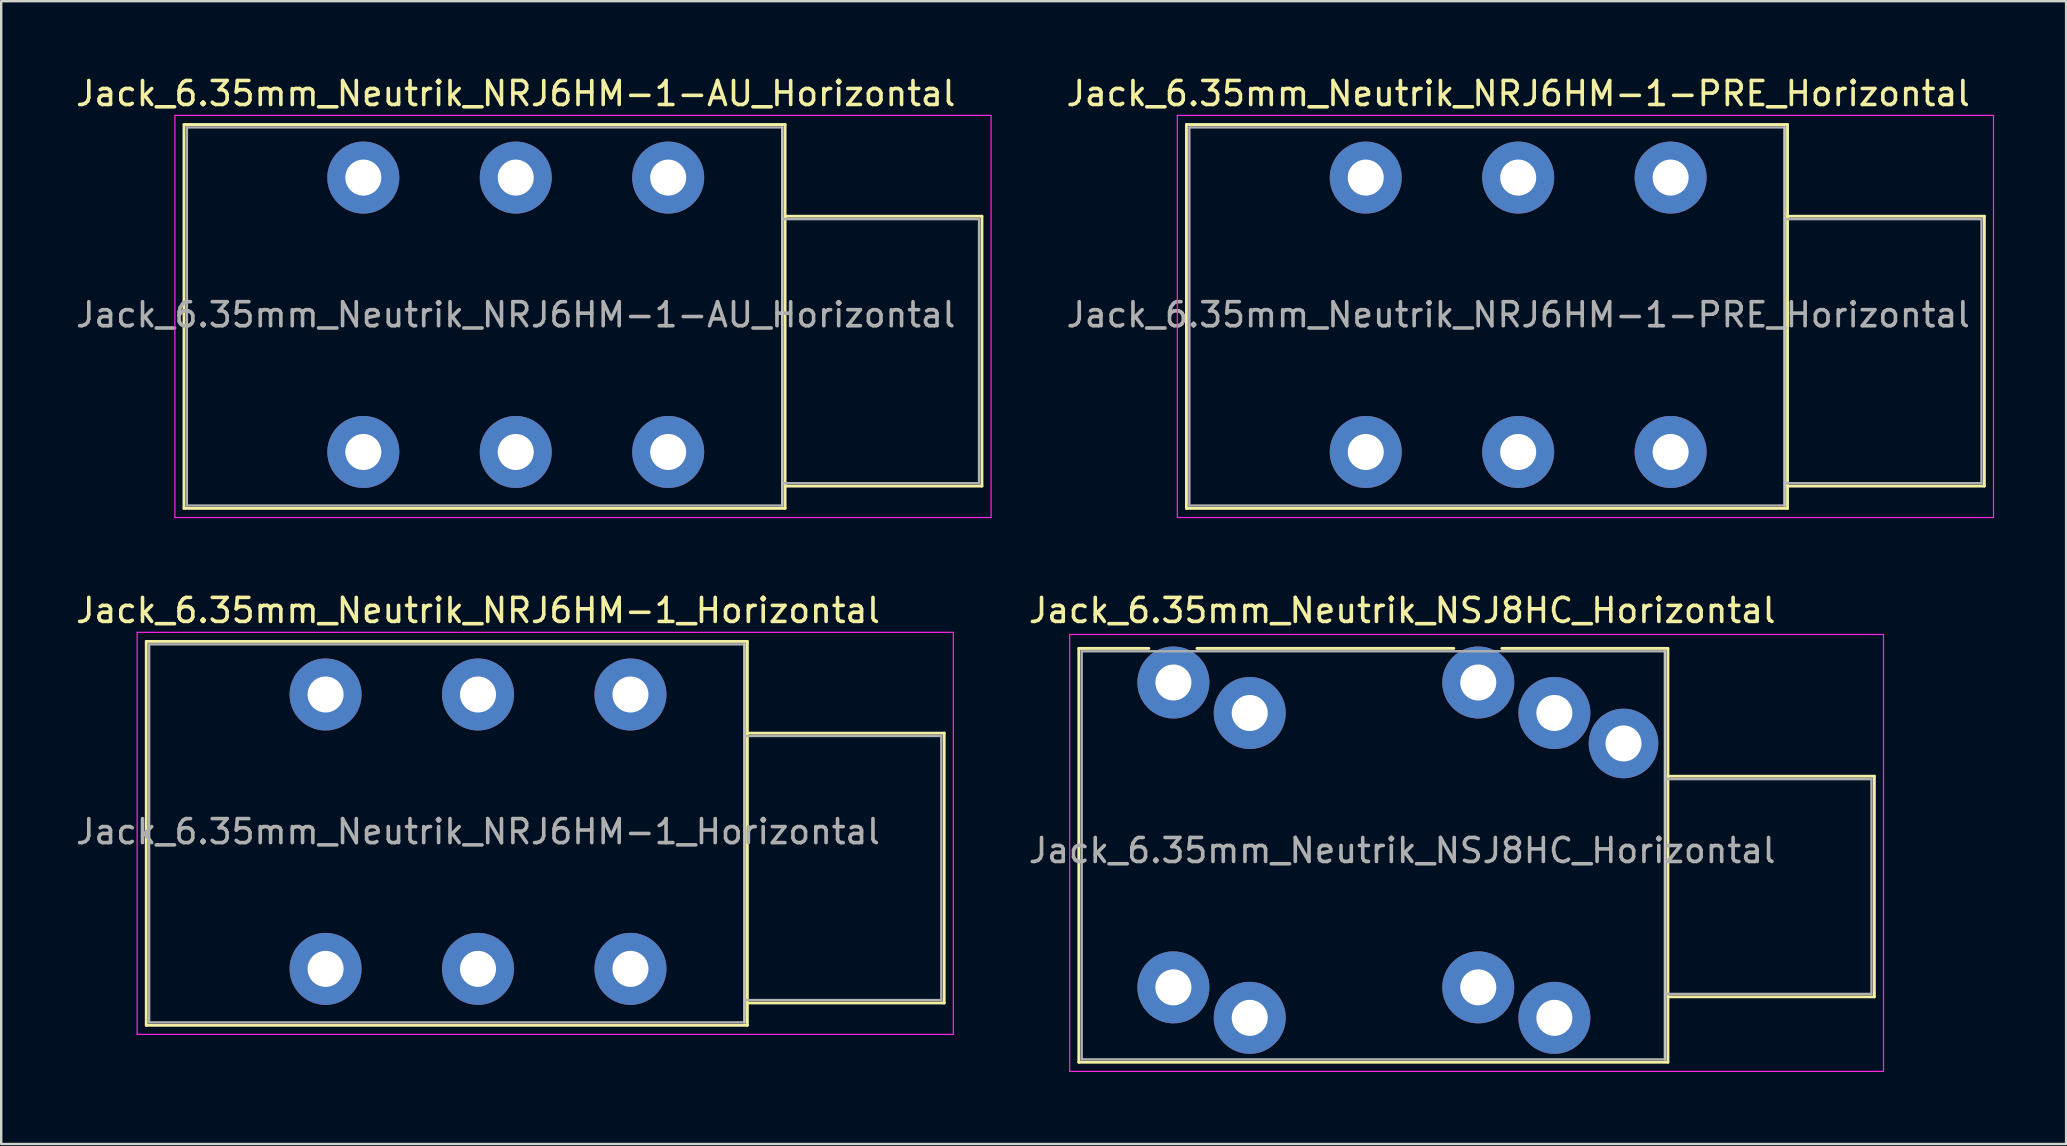
<source format=kicad_pcb>
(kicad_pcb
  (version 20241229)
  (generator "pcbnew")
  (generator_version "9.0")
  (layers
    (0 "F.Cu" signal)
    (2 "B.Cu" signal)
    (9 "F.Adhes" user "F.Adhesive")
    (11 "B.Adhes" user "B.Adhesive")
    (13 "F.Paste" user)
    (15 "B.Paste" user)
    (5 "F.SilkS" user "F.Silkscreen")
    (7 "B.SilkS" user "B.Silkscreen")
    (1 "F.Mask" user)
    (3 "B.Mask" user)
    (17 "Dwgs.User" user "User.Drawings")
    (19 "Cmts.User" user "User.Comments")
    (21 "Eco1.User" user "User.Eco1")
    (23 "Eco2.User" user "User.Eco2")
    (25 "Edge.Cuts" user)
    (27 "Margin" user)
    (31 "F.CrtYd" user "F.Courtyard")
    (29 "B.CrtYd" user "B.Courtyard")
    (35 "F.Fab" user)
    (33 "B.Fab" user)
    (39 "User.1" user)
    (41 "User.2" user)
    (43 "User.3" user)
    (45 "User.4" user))
  (footprint "Jack_6.35mm_Neutrik_NRJ6HM-1_Horizontal"
    (layer "F.Cu")
    (at 10.513 25.881)
    (property "Reference" "Jack_6.35mm_Neutrik_NRJ6HM-1_Horizontal" (at 6.35 -3.5 0) (layer "F.SilkS") (effects (font (size 1 1) (thickness 0.15))))
    (attr through_hole)
    (fp_line (start -7.47 -2.21) (end 17.57 -2.21) (stroke (width 0.12) (type solid)) (layer "F.SilkS"))
    (fp_line (start -7.47 13.78) (end -7.47 -2.21) (stroke (width 0.12) (type solid)) (layer "F.SilkS"))
    (fp_line (start -7.47 13.78) (end 17.57 13.78) (stroke (width 0.12) (type solid)) (layer "F.SilkS"))
    (fp_line (start 17.57 -2.21) (end 17.57 13.78) (stroke (width 0.12) (type solid)) (layer "F.SilkS"))
    (fp_line (start 25.77 1.61) (end 17.57 1.61) (stroke (width 0.12) (type solid)) (layer "F.SilkS"))
    (fp_line (start 25.77 12.85) (end 17.57 12.85) (stroke (width 0.12) (type solid)) (layer "F.SilkS"))
    (fp_line (start 25.77 12.85) (end 25.77 1.61) (stroke (width 0.12) (type solid)) (layer "F.SilkS"))
    (fp_line (start 17.45 -2.09) (end 17.45 13.66) (stroke (width 0.1) (type solid)) (layer "Dwgs.User"))
    (fp_line (start -7.85 14.16) (end -7.85 -2.59) (stroke (width 0.05) (type solid)) (layer "F.CrtYd"))
    (fp_line (start -7.85 14.16) (end 26.15 14.16) (stroke (width 0.05) (type solid)) (layer "F.CrtYd"))
    (fp_line (start 26.15 -2.59) (end -7.85 -2.59) (stroke (width 0.05) (type solid)) (layer "F.CrtYd"))
    (fp_line (start 26.15 14.16) (end 26.15 -2.59) (stroke (width 0.05) (type solid)) (layer "F.CrtYd"))
    (fp_line (start -7.35 -2.09) (end 17.45 -2.09) (stroke (width 0.1) (type solid)) (layer "F.Fab"))
    (fp_line (start -7.35 13.66) (end -7.35 -2.09) (stroke (width 0.1) (type solid)) (layer "F.Fab"))
    (fp_line (start 17.45 -2.09) (end 17.45 13.66) (stroke (width 0.1) (type solid)) (layer "F.Fab"))
    (fp_line (start 17.45 12.73) (end 25.65 12.73) (stroke (width 0.1) (type solid)) (layer "F.Fab"))
    (fp_line (start 17.45 13.66) (end -7.35 13.66) (stroke (width 0.1) (type solid)) (layer "F.Fab"))
    (fp_line (start 25.65 1.73) (end 17.45 1.73) (stroke (width 0.1) (type solid)) (layer "F.Fab"))
    (fp_line (start 25.65 12.73) (end 25.65 1.73) (stroke (width 0.1) (type solid)) (layer "F.Fab"))
    (fp_text user "${REFERENCE}" (at 6.35 5.715 0) (layer "F.Fab") (effects (font (size 1 1) (thickness 0.15))))
    (pad "R" thru_hole circle (at 6.35 0) (size 3 3) (drill 1.5) (layers "*.Cu" "*.Mask"))
    (pad "RN" thru_hole circle (at 6.35 11.43) (size 3 3) (drill 1.5) (layers "*.Cu" "*.Mask"))
    (pad "S" thru_hole circle (at 12.7 0) (size 3 3) (drill 1.5) (layers "*.Cu" "*.Mask"))
    (pad "SN" thru_hole circle (at 12.7 11.43) (size 3 3) (drill 1.5) (layers "*.Cu" "*.Mask"))
    (pad "T" thru_hole circle (at 0 0) (size 3 3) (drill 1.5) (layers "*.Cu" "*.Mask"))
    (pad "TN" thru_hole circle (at 0 11.43) (size 3 3) (drill 1.5) (layers "*.Cu" "*.Mask")))
  (footprint "Jack_6.35mm_Neutrik_NSJ8HC_Horizontal"
    (layer "F.Cu")
    (at 45.831 25.381)
    (property "Reference" "Jack_6.35mm_Neutrik_NSJ8HC_Horizontal" (at 9.53 -3 0) (layer "F.SilkS") (effects (font (size 1 1) (thickness 0.15))))
    (attr through_hole)
    (fp_line (start -3.94 -1.42) (end -1.02 -1.42) (stroke (width 0.12) (type solid)) (layer "F.SilkS"))
    (fp_line (start -3.94 15.82) (end -3.94 -1.42) (stroke (width 0.12) (type solid)) (layer "F.SilkS"))
    (fp_line (start -3.94 15.82) (end 20.6 15.82) (stroke (width 0.12) (type solid)) (layer "F.SilkS"))
    (fp_line (start 0.98 -1.42) (end 11.68 -1.42) (stroke (width 0.12) (type solid)) (layer "F.SilkS"))
    (fp_line (start 13.68 -1.42) (end 20.6 -1.42) (stroke (width 0.12) (type solid)) (layer "F.SilkS"))
    (fp_line (start 20.6 -1.42) (end 20.6 15.82) (stroke (width 0.12) (type solid)) (layer "F.SilkS"))
    (fp_line (start 29.2 3.905) (end 20.6 3.905) (stroke (width 0.12) (type solid)) (layer "F.SilkS"))
    (fp_line (start 29.2 13.095) (end 20.6 13.095) (stroke (width 0.12) (type solid)) (layer "F.SilkS"))
    (fp_line (start 29.2 13.095) (end 29.2 3.905) (stroke (width 0.12) (type solid)) (layer "F.SilkS"))
    (fp_line (start 20.48 -1.3) (end 20.48 15.7) (stroke (width 0.1) (type solid)) (layer "Dwgs.User"))
    (fp_line (start -4.32 16.2) (end -4.32 -2) (stroke (width 0.05) (type solid)) (layer "F.CrtYd"))
    (fp_line (start -4.32 16.2) (end 29.58 16.2) (stroke (width 0.05) (type solid)) (layer "F.CrtYd"))
    (fp_line (start 29.58 -2) (end -4.32 -2) (stroke (width 0.05) (type solid)) (layer "F.CrtYd"))
    (fp_line (start 29.58 16.2) (end 29.58 -2) (stroke (width 0.05) (type solid)) (layer "F.CrtYd"))
    (fp_line (start -3.82 -1.3) (end 20.48 -1.3) (stroke (width 0.1) (type solid)) (layer "F.Fab"))
    (fp_line (start -3.82 15.7) (end -3.82 -1.3) (stroke (width 0.1) (type solid)) (layer "F.Fab"))
    (fp_line (start 20.48 -1.3) (end 20.48 15.7) (stroke (width 0.1) (type solid)) (layer "F.Fab"))
    (fp_line (start 20.48 12.975) (end 29.08 12.975) (stroke (width 0.1) (type solid)) (layer "F.Fab"))
    (fp_line (start 20.48 15.7) (end -3.82 15.7) (stroke (width 0.1) (type solid)) (layer "F.Fab"))
    (fp_line (start 29.08 4.025) (end 20.48 4.025) (stroke (width 0.1) (type solid)) (layer "F.Fab"))
    (fp_line (start 29.08 12.975) (end 29.08 4.025) (stroke (width 0.1) (type solid)) (layer "F.Fab"))
    (fp_text user "${REFERENCE}" (at 9.53 7 0) (layer "F.Fab") (effects (font (size 1 1) (thickness 0.15))))
    (pad "G" thru_hole circle (at 18.75 2.54) (size 2.9 2.9) (drill 1.5) (layers "*.Cu" "*.Mask"))
    (pad "S1" thru_hole circle (at 12.7 0) (size 3 3) (drill 1.5) (layers "*.Cu" "*.Mask"))
    (pad "S2" thru_hole circle (at 15.87 1.27) (size 3 3) (drill 1.5) (layers "*.Cu" "*.Mask"))
    (pad "SN1" thru_hole circle (at 12.7 12.7) (size 3 3) (drill 1.5) (layers "*.Cu" "*.Mask"))
    (pad "SN2" thru_hole circle (at 15.87 13.97) (size 3 3) (drill 1.5) (layers "*.Cu" "*.Mask"))
    (pad "T1" thru_hole circle (at 0 0) (size 3 3) (drill 1.5) (layers "*.Cu" "*.Mask"))
    (pad "T2" thru_hole circle (at 3.18 1.27) (size 3 3) (drill 1.5) (layers "*.Cu" "*.Mask"))
    (pad "TN1" thru_hole circle (at 0 12.7) (size 3 3) (drill 1.5) (layers "*.Cu" "*.Mask"))
    (pad "TN2" thru_hole circle (at 3.18 13.97) (size 3 3) (drill 1.5) (layers "*.Cu" "*.Mask")))
  (footprint "Jack_6.35mm_Neutrik_NRJ6HM-1-PRE_Horizontal"
    (layer "F.Cu")
    (at 53.844 4.348)
    (property "Reference" "Jack_6.35mm_Neutrik_NRJ6HM-1-PRE_Horizontal" (at 6.35 -3.5 0) (layer "F.SilkS") (effects (font (size 1 1) (thickness 0.15))))
    (attr through_hole)
    (fp_line (start -7.47 -2.21) (end 17.57 -2.21) (stroke (width 0.12) (type solid)) (layer "F.SilkS"))
    (fp_line (start -7.47 13.78) (end -7.47 -2.21) (stroke (width 0.12) (type solid)) (layer "F.SilkS"))
    (fp_line (start -7.47 13.78) (end 17.57 13.78) (stroke (width 0.12) (type solid)) (layer "F.SilkS"))
    (fp_line (start 17.57 -2.21) (end 17.57 13.78) (stroke (width 0.12) (type solid)) (layer "F.SilkS"))
    (fp_line (start 25.77 1.61) (end 17.57 1.61) (stroke (width 0.12) (type solid)) (layer "F.SilkS"))
    (fp_line (start 25.77 12.85) (end 17.57 12.85) (stroke (width 0.12) (type solid)) (layer "F.SilkS"))
    (fp_line (start 25.77 12.85) (end 25.77 1.61) (stroke (width 0.12) (type solid)) (layer "F.SilkS"))
    (fp_line (start 17.45 -2.09) (end 17.45 13.66) (stroke (width 0.1) (type solid)) (layer "Dwgs.User"))
    (fp_line (start -7.85 14.16) (end -7.85 -2.59) (stroke (width 0.05) (type solid)) (layer "F.CrtYd"))
    (fp_line (start -7.85 14.16) (end 26.15 14.16) (stroke (width 0.05) (type solid)) (layer "F.CrtYd"))
    (fp_line (start 26.15 -2.59) (end -7.85 -2.59) (stroke (width 0.05) (type solid)) (layer "F.CrtYd"))
    (fp_line (start 26.15 14.16) (end 26.15 -2.59) (stroke (width 0.05) (type solid)) (layer "F.CrtYd"))
    (fp_line (start -7.35 -2.09) (end 17.45 -2.09) (stroke (width 0.1) (type solid)) (layer "F.Fab"))
    (fp_line (start -7.35 13.66) (end -7.35 -2.09) (stroke (width 0.1) (type solid)) (layer "F.Fab"))
    (fp_line (start 17.45 -2.09) (end 17.45 13.66) (stroke (width 0.1) (type solid)) (layer "F.Fab"))
    (fp_line (start 17.45 12.73) (end 25.65 12.73) (stroke (width 0.1) (type solid)) (layer "F.Fab"))
    (fp_line (start 17.45 13.66) (end -7.35 13.66) (stroke (width 0.1) (type solid)) (layer "F.Fab"))
    (fp_line (start 25.65 1.73) (end 17.45 1.73) (stroke (width 0.1) (type solid)) (layer "F.Fab"))
    (fp_line (start 25.65 12.73) (end 25.65 1.73) (stroke (width 0.1) (type solid)) (layer "F.Fab"))
    (fp_text user "${REFERENCE}" (at 6.35 5.715 0) (layer "F.Fab") (effects (font (size 1 1) (thickness 0.15))))
    (pad "R" thru_hole circle (at 6.35 0) (size 3 3) (drill 1.5) (layers "*.Cu" "*.Mask"))
    (pad "RN" thru_hole circle (at 6.35 11.43) (size 3 3) (drill 1.5) (layers "*.Cu" "*.Mask"))
    (pad "S" thru_hole circle (at 12.7 0) (size 3 3) (drill 1.5) (layers "*.Cu" "*.Mask"))
    (pad "S" thru_hole circle (at 12.7 11.43) (size 3 3) (drill 1.5) (layers "*.Cu" "*.Mask"))
    (pad "T" thru_hole circle (at 0 0) (size 3 3) (drill 1.5) (layers "*.Cu" "*.Mask"))
    (pad "TN" thru_hole circle (at 0 11.43) (size 3 3) (drill 1.5) (layers "*.Cu" "*.Mask")))
  (footprint "Jack_6.35mm_Neutrik_NRJ6HM-1-AU_Horizontal"
    (layer "F.Cu")
    (at 12.085 4.348)
    (property "Reference" "Jack_6.35mm_Neutrik_NRJ6HM-1-AU_Horizontal" (at 6.35 -3.5 0) (layer "F.SilkS") (effects (font (size 1 1) (thickness 0.15))))
    (attr through_hole)
    (fp_line (start -7.47 -2.21) (end 17.57 -2.21) (stroke (width 0.12) (type solid)) (layer "F.SilkS"))
    (fp_line (start -7.47 13.78) (end -7.47 -2.21) (stroke (width 0.12) (type solid)) (layer "F.SilkS"))
    (fp_line (start -7.47 13.78) (end 17.57 13.78) (stroke (width 0.12) (type solid)) (layer "F.SilkS"))
    (fp_line (start 17.57 -2.21) (end 17.57 13.78) (stroke (width 0.12) (type solid)) (layer "F.SilkS"))
    (fp_line (start 25.77 1.61) (end 17.57 1.61) (stroke (width 0.12) (type solid)) (layer "F.SilkS"))
    (fp_line (start 25.77 12.85) (end 17.57 12.85) (stroke (width 0.12) (type solid)) (layer "F.SilkS"))
    (fp_line (start 25.77 12.85) (end 25.77 1.61) (stroke (width 0.12) (type solid)) (layer "F.SilkS"))
    (fp_line (start 17.45 -2.09) (end 17.45 13.66) (stroke (width 0.1) (type solid)) (layer "Dwgs.User"))
    (fp_line (start -7.85 14.16) (end -7.85 -2.59) (stroke (width 0.05) (type solid)) (layer "F.CrtYd"))
    (fp_line (start -7.85 14.16) (end 26.15 14.16) (stroke (width 0.05) (type solid)) (layer "F.CrtYd"))
    (fp_line (start 26.15 -2.59) (end -7.85 -2.59) (stroke (width 0.05) (type solid)) (layer "F.CrtYd"))
    (fp_line (start 26.15 14.16) (end 26.15 -2.59) (stroke (width 0.05) (type solid)) (layer "F.CrtYd"))
    (fp_line (start -7.35 -2.09) (end 17.45 -2.09) (stroke (width 0.1) (type solid)) (layer "F.Fab"))
    (fp_line (start -7.35 13.66) (end -7.35 -2.09) (stroke (width 0.1) (type solid)) (layer "F.Fab"))
    (fp_line (start 17.45 -2.09) (end 17.45 13.66) (stroke (width 0.1) (type solid)) (layer "F.Fab"))
    (fp_line (start 17.45 12.73) (end 25.65 12.73) (stroke (width 0.1) (type solid)) (layer "F.Fab"))
    (fp_line (start 17.45 13.66) (end -7.35 13.66) (stroke (width 0.1) (type solid)) (layer "F.Fab"))
    (fp_line (start 25.65 1.73) (end 17.45 1.73) (stroke (width 0.1) (type solid)) (layer "F.Fab"))
    (fp_line (start 25.65 12.73) (end 25.65 1.73) (stroke (width 0.1) (type solid)) (layer "F.Fab"))
    (fp_text user "${REFERENCE}" (at 6.35 5.715 0) (layer "F.Fab") (effects (font (size 1 1) (thickness 0.15))))
    (pad "R" thru_hole circle (at 6.35 0) (size 3 3) (drill 1.5) (layers "*.Cu" "*.Mask"))
    (pad "RN" thru_hole circle (at 6.35 11.43) (size 3 3) (drill 1.5) (layers "*.Cu" "*.Mask"))
    (pad "S" thru_hole circle (at 12.7 0) (size 3 3) (drill 1.5) (layers "*.Cu" "*.Mask"))
    (pad "SN" thru_hole circle (at 12.7 11.43) (size 3 3) (drill 1.5) (layers "*.Cu" "*.Mask"))
    (pad "T" thru_hole circle (at 0 0) (size 3 3) (drill 1.5) (layers "*.Cu" "*.Mask"))
    (pad "TN" thru_hole circle (at 0 11.43) (size 3 3) (drill 1.5) (layers "*.Cu" "*.Mask")))
  (gr_rect
    (start -3 -3)
    (end 83.019 44.606)
    (stroke (width 0.1) (type default))
    (fill no)
    (layer "Edge.Cuts")))
</source>
